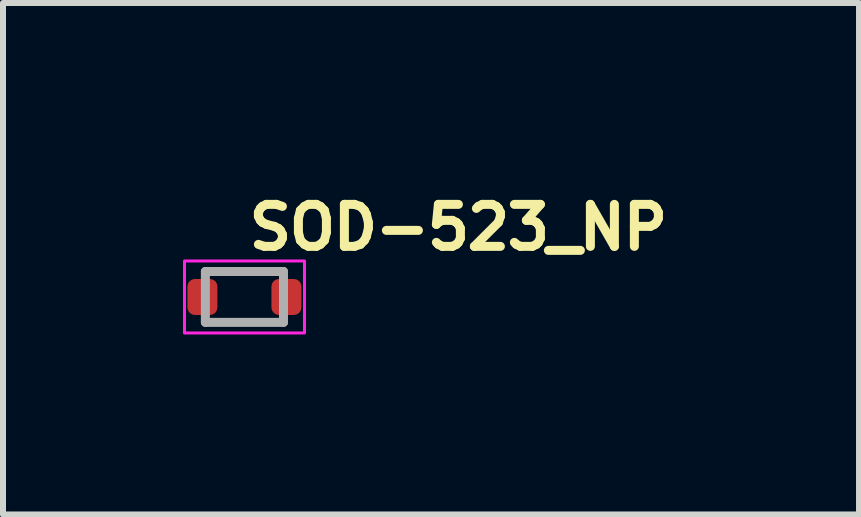
<source format=kicad_pcb>
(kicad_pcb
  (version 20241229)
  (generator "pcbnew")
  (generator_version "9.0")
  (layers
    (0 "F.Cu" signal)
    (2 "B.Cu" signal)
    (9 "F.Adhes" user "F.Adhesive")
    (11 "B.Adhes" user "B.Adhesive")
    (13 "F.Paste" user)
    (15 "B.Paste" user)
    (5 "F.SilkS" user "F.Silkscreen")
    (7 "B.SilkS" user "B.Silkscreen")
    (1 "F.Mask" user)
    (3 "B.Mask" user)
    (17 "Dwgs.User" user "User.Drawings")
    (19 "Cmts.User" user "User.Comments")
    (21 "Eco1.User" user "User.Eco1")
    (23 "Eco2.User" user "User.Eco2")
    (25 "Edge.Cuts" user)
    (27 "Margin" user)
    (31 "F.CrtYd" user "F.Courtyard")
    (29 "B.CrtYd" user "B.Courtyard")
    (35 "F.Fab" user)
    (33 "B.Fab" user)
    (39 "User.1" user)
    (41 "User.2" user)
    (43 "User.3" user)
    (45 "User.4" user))
  (footprint "SOD-523_NP"
    (layer "F.Cu")
    (at 1.025 1.9)
    (property "Reference" "SOD-523_NP" (at 0 -0.75 0) (layer "F.SilkS") (effects (font (size 0.7 0.7) (thickness 0.15)) (justify left bottom)))
    (attr smd)
    (fp_rect (start -1 -0.6) (end 1 0.6) (stroke (width 0.05) (type solid)) (fill no) (layer "F.CrtYd"))
    (fp_line (start -0.652 -0.425) (end 0.65 -0.425) (stroke (width 0.15) (type solid)) (layer "F.Fab"))
    (fp_line (start -0.652 0.423) (end -0.652 -0.425) (stroke (width 0.15) (type solid)) (layer "F.Fab"))
    (fp_line (start -0.652 0.423) (end 0.65 0.423) (stroke (width 0.15) (type solid)) (layer "F.Fab"))
    (fp_line (start 0.65 -0.425) (end 0.65 0.423) (stroke (width 0.15) (type solid)) (layer "F.Fab"))
    (fp_rect (start -0.85 -0.452) (end 0.848 0.45) (stroke (width 0.1) (type solid)) (fill no) (layer "User.5"))
    (fp_line (start -0.85 -0.176) (end -0.85 0.174) (stroke (width 0.02) (type solid)) (layer "User.9"))
    (fp_line (start -0.85 0.174) (end -0.652 0.174) (stroke (width 0.02) (type solid)) (layer "User.9"))
    (fp_line (start -0.652 -0.452) (end 0.65 -0.452) (stroke (width 0.02) (type solid)) (layer "User.9"))
    (fp_line (start -0.652 -0.176) (end -0.85 -0.176) (stroke (width 0.02) (type solid)) (layer "User.9"))
    (fp_line (start -0.652 -0.176) (end -0.652 -0.452) (stroke (width 0.02) (type solid)) (layer "User.9"))
    (fp_line (start -0.652 0.174) (end -0.652 -0.176) (stroke (width 0.02) (type solid)) (layer "User.9"))
    (fp_line (start -0.652 0.45) (end -0.652 0.174) (stroke (width 0.02) (type solid)) (layer "User.9"))
    (fp_line (start -0.603 -0.404) (end -0.652 -0.452) (stroke (width 0.02) (type solid)) (layer "User.9"))
    (fp_line (start -0.603 -0.404) (end -0.554 -0.353) (stroke (width 0.02) (type solid)) (layer "User.9"))
    (fp_line (start -0.603 0.402) (end -0.652 0.45) (stroke (width 0.02) (type solid)) (layer "User.9"))
    (fp_line (start -0.603 0.402) (end -0.554 0.351) (stroke (width 0.02) (type solid)) (layer "User.9"))
    (fp_line (start 0.552 -0.353) (end 0.601 -0.404) (stroke (width 0.02) (type solid)) (layer "User.9"))
    (fp_line (start 0.552 0.351) (end 0.601 0.402) (stroke (width 0.02) (type solid)) (layer "User.9"))
    (fp_line (start 0.65 -0.452) (end 0.601 -0.404) (stroke (width 0.02) (type solid)) (layer "User.9"))
    (fp_line (start 0.65 -0.452) (end 0.65 -0.176) (stroke (width 0.02) (type solid)) (layer "User.9"))
    (fp_line (start 0.65 -0.176) (end 0.65 0.174) (stroke (width 0.02) (type solid)) (layer "User.9"))
    (fp_line (start 0.65 0.174) (end 0.65 0.45) (stroke (width 0.02) (type solid)) (layer "User.9"))
    (fp_line (start 0.65 0.174) (end 0.848 0.174) (stroke (width 0.02) (type solid)) (layer "User.9"))
    (fp_line (start 0.65 0.45) (end -0.652 0.45) (stroke (width 0.02) (type solid)) (layer "User.9"))
    (fp_line (start 0.65 0.45) (end 0.601 0.402) (stroke (width 0.02) (type solid)) (layer "User.9"))
    (fp_line (start 0.848 -0.176) (end 0.65 -0.176) (stroke (width 0.02) (type solid)) (layer "User.9"))
    (fp_line (start 0.848 0.174) (end 0.848 -0.176) (stroke (width 0.02) (type solid)) (layer "User.9"))
    (pad "1" smd roundrect (at -0.701 0) (size 0.5 0.6) (layers "F.Cu" "F.Mask" "F.Paste") (roundrect_rratio 0.25))
    (pad "2" smd roundrect (at 0.699 0) (size 0.5 0.6) (layers "F.Cu" "F.Mask" "F.Paste") (roundrect_rratio 0.25)))
  (gr_rect
    (start -3 -3)
    (end 11.268 5.525)
    (stroke (width 0.1) (type default))
    (fill no)
    (layer "Edge.Cuts")))
</source>
